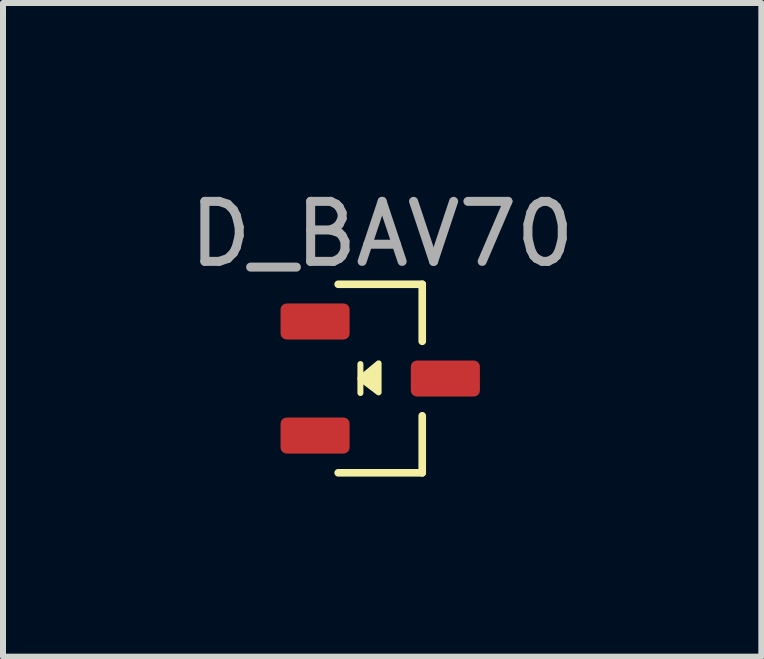
<source format=kicad_pcb>
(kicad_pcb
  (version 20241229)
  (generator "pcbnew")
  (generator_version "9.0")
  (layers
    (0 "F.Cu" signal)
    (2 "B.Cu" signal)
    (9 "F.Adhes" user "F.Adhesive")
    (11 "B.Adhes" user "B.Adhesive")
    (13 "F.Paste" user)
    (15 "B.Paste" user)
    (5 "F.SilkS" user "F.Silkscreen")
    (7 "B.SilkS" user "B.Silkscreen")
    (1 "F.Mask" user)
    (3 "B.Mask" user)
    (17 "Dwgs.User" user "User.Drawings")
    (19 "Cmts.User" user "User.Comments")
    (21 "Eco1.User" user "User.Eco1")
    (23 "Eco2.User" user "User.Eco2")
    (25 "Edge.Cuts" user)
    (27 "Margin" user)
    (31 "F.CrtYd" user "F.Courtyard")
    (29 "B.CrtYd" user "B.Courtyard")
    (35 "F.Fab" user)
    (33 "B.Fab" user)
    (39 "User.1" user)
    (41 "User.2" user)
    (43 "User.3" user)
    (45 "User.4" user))
  (footprint "D_BAV70"
    (layer "F.Cu")
    (at 3.283 3.255)
    (property "Reference" "D_BAV70" (at 0.032 -2.406 0) (layer "F.Fab") (effects (font (size 1 1) (thickness 0.15))))
    (attr smd)
    (fp_line (start -0.7 -1.57) (end 0.7 -1.57) (stroke (width 0.127) (type solid)) (layer "F.SilkS"))
    (fp_line (start -0.7 1.57) (end 0.7 1.57) (stroke (width 0.127) (type solid)) (layer "F.SilkS"))
    (fp_line (start -0.33 -0.241) (end -0.33 0.241) (stroke (width 0.1) (type solid)) (layer "F.SilkS"))
    (fp_line (start 0.7 -1.57) (end 0.7 -0.62) (stroke (width 0.127) (type solid)) (layer "F.SilkS"))
    (fp_line (start 0.7 1.57) (end 0.7 0.62) (stroke (width 0.127) (type solid)) (layer "F.SilkS"))
    (fp_poly (pts (xy -0.027 -0.253) (xy -0.33 0) (xy -0.027 0.23)) (stroke (width 0.1) (type solid)) (fill yes) (layer "F.SilkS"))
    (pad "1" smd roundrect (at -1.085 -0.95) (size 1.15 0.6) (layers "F.Cu" "F.Mask" "F.Paste") (roundrect_rratio 0.167))
    (pad "2" smd roundrect (at -1.085 0.95) (size 1.15 0.6) (layers "F.Cu" "F.Mask" "F.Paste") (roundrect_rratio 0.167))
    (pad "3" smd roundrect (at 1.085 0) (size 1.15 0.6) (layers "F.Cu" "F.Mask" "F.Paste") (roundrect_rratio 0.167)))
  (gr_rect
    (start -3 -3)
    (end 9.631 7.888)
    (stroke (width 0.1) (type default))
    (fill no)
    (layer "Edge.Cuts")))
</source>
